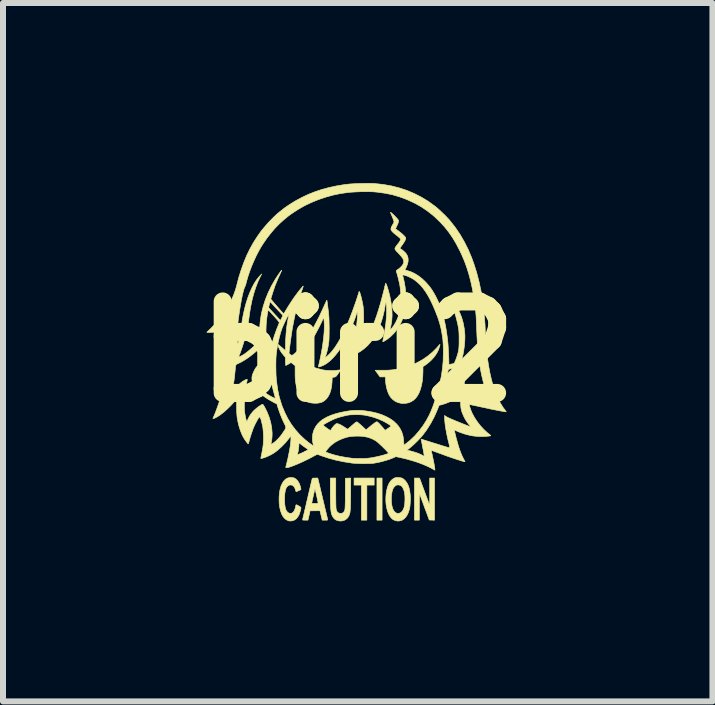
<source format=kicad_pcb>
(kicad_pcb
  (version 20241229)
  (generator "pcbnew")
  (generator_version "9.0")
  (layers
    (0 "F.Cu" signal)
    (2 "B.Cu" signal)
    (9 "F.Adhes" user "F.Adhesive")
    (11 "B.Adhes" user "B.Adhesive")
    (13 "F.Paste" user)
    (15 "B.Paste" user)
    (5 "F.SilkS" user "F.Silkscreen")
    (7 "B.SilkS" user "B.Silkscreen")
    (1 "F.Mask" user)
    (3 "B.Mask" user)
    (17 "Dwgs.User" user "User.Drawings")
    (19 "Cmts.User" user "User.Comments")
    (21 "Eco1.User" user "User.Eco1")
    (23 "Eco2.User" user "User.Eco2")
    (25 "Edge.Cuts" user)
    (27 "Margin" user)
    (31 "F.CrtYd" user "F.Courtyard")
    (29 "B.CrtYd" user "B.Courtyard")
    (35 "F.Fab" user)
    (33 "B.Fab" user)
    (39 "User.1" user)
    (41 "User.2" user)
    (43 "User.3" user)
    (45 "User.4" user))
  (footprint "biri2"
    (layer "F.Cu")
    (at 2.91 2.807)
    (property "Reference" "biri2" (at 0 0 0) (layer "F.SilkS") (effects (font (size 1.524 1.524) (thickness 0.3))))
    (attr through_hole)
    (fp_poly (pts (xy 0.406 2.809) (xy 0.32 2.809) (xy 0.32 2.108) (xy 0.406 2.108) (xy 0.406 2.809)) (stroke (width 0.01) (type solid)) (fill yes) (layer "F.SilkS"))
    (fp_poly (pts (xy 0.274 2.225) (xy 0.152 2.225) (xy 0.152 2.809) (xy 0.061 2.809) (xy 0.061 2.225) (xy -0.061 2.225) (xy -0.061 2.108) (xy 0.274 2.108) (xy 0.274 2.225)) (stroke (width 0.01) (type solid)) (fill yes) (layer "F.SilkS"))
    (fp_poly (pts (xy 1.043 2.142) (xy 1.049 2.159) (xy 1.058 2.183) (xy 1.068 2.211) (xy 1.079 2.241) (xy 1.085 2.256) (xy 1.108 2.319) (xy 1.131 2.381) (xy 1.153 2.44) (xy 1.173 2.494) (xy 1.18 2.515) (xy 1.199 2.563) (xy 1.199 2.336) (xy 1.199 2.108) (xy 1.28 2.108) (xy 1.28 2.81) (xy 1.236 2.808) (xy 1.192 2.807) (xy 1.172 2.753) (xy 1.162 2.725) (xy 1.151 2.695) (xy 1.14 2.666) (xy 1.136 2.654) (xy 1.127 2.632) (xy 1.116 2.603) (xy 1.105 2.572) (xy 1.094 2.542) (xy 1.092 2.537) (xy 1.077 2.495) (xy 1.063 2.458) (xy 1.051 2.425) (xy 1.041 2.4) (xy 1.034 2.382) (xy 1.031 2.375) (xy 1.03 2.377) (xy 1.029 2.389) (xy 1.028 2.41) (xy 1.028 2.44) (xy 1.027 2.477) (xy 1.027 2.521) (xy 1.027 2.572) (xy 1.027 2.587) (xy 1.026 2.809) (xy 0.945 2.809) (xy 0.945 2.108) (xy 1.029 2.108) (xy 1.043 2.142)) (stroke (width 0.01) (type solid)) (fill yes) (layer "F.SilkS"))
    (fp_poly (pts (xy 1.37 -0.114) (xy 1.368 -0.102) (xy 1.364 -0.085) (xy 1.363 -0.083) (xy 1.344 -0.025) (xy 1.315 0.031) (xy 1.277 0.086) (xy 1.238 0.13) (xy 1.215 0.154) (xy 1.188 0.178) (xy 1.16 0.2) (xy 1.134 0.221) (xy 1.111 0.236) (xy 1.101 0.242) (xy 1.087 0.249) (xy 1.087 0.324) (xy 1.084 0.408) (xy 1.077 0.487) (xy 1.064 0.559) (xy 1.046 0.626) (xy 1.024 0.684) (xy 0.997 0.735) (xy 0.966 0.777) (xy 0.93 0.811) (xy 0.888 0.837) (xy 0.842 0.855) (xy 0.792 0.864) (xy 0.74 0.865) (xy 0.724 0.863) (xy 0.672 0.851) (xy 0.626 0.83) (xy 0.586 0.801) (xy 0.55 0.764) (xy 0.53 0.734) (xy 0.512 0.7) (xy 0.496 0.657) (xy 0.482 0.61) (xy 0.472 0.561) (xy 0.465 0.511) (xy 0.462 0.465) (xy 0.462 0.464) (xy 0.462 0.422) (xy 0.372 0.422) (xy 0.357 0.403) (xy 0.346 0.388) (xy 0.336 0.374) (xy 0.334 0.371) (xy 0.326 0.359) (xy 0.315 0.344) (xy 0.308 0.335) (xy 0.291 0.312) (xy 0.411 0.312) (xy 0.458 0.312) (xy 0.498 0.311) (xy 0.533 0.309) (xy 0.566 0.306) (xy 0.599 0.302) (xy 0.636 0.296) (xy 0.678 0.288) (xy 0.688 0.286) (xy 0.791 0.261) (xy 0.891 0.228) (xy 0.987 0.186) (xy 1.078 0.136) (xy 1.163 0.078) (xy 1.242 0.013) (xy 1.314 -0.058) (xy 1.336 -0.084) (xy 1.35 -0.1) (xy 1.361 -0.112) (xy 1.369 -0.119) (xy 1.37 -0.12) (xy 1.37 -0.114)) (stroke (width 0.01) (type solid)) (fill yes) (layer "F.SilkS"))
    (fp_poly (pts (xy -0.118 2.376) (xy -0.119 2.439) (xy -0.119 2.493) (xy -0.12 2.539) (xy -0.121 2.577) (xy -0.122 2.609) (xy -0.124 2.635) (xy -0.126 2.657) (xy -0.128 2.675) (xy -0.131 2.69) (xy -0.135 2.704) (xy -0.139 2.716) (xy -0.144 2.729) (xy -0.147 2.737) (xy -0.166 2.768) (xy -0.191 2.792) (xy -0.222 2.811) (xy -0.257 2.821) (xy -0.293 2.824) (xy -0.33 2.818) (xy -0.333 2.817) (xy -0.361 2.807) (xy -0.382 2.793) (xy -0.4 2.775) (xy -0.403 2.771) (xy -0.414 2.755) (xy -0.423 2.739) (xy -0.431 2.721) (xy -0.438 2.7) (xy -0.443 2.676) (xy -0.447 2.647) (xy -0.451 2.613) (xy -0.453 2.573) (xy -0.455 2.526) (xy -0.456 2.472) (xy -0.457 2.409) (xy -0.457 2.336) (xy -0.457 2.108) (xy -0.366 2.108) (xy -0.366 2.354) (xy -0.366 2.415) (xy -0.365 2.467) (xy -0.365 2.511) (xy -0.364 2.547) (xy -0.363 2.577) (xy -0.362 2.601) (xy -0.36 2.62) (xy -0.357 2.635) (xy -0.354 2.647) (xy -0.35 2.656) (xy -0.346 2.664) (xy -0.343 2.668) (xy -0.326 2.685) (xy -0.304 2.695) (xy -0.281 2.697) (xy -0.259 2.693) (xy -0.239 2.681) (xy -0.224 2.662) (xy -0.223 2.659) (xy -0.22 2.651) (xy -0.217 2.642) (xy -0.214 2.632) (xy -0.212 2.619) (xy -0.211 2.603) (xy -0.21 2.583) (xy -0.209 2.558) (xy -0.208 2.526) (xy -0.207 2.488) (xy -0.207 2.442) (xy -0.207 2.388) (xy -0.207 2.344) (xy -0.206 2.111) (xy -0.161 2.109) (xy -0.116 2.108) (xy -0.118 2.376)) (stroke (width 0.01) (type solid)) (fill yes) (layer "F.SilkS"))
    (fp_poly (pts (xy -1.085 2.1) (xy -1.058 2.107) (xy -1.035 2.12) (xy -1.024 2.129) (xy -0.995 2.161) (xy -0.972 2.202) (xy -0.955 2.25) (xy -0.948 2.282) (xy -0.946 2.295) (xy -0.949 2.302) (xy -0.958 2.307) (xy -0.959 2.307) (xy -0.971 2.313) (xy -0.989 2.32) (xy -1 2.325) (xy -1.027 2.336) (xy -1.031 2.325) (xy -1.035 2.313) (xy -1.04 2.297) (xy -1.041 2.293) (xy -1.053 2.263) (xy -1.07 2.241) (xy -1.091 2.228) (xy -1.113 2.222) (xy -1.137 2.225) (xy -1.16 2.236) (xy -1.18 2.256) (xy -1.194 2.279) (xy -1.203 2.304) (xy -1.21 2.338) (xy -1.216 2.378) (xy -1.218 2.421) (xy -1.219 2.466) (xy -1.218 2.51) (xy -1.215 2.552) (xy -1.209 2.59) (xy -1.202 2.622) (xy -1.194 2.641) (xy -1.177 2.668) (xy -1.156 2.686) (xy -1.135 2.696) (xy -1.112 2.697) (xy -1.091 2.689) (xy -1.073 2.674) (xy -1.057 2.65) (xy -1.044 2.619) (xy -1.035 2.585) (xy -1.033 2.576) (xy -1.031 2.563) (xy -1.028 2.555) (xy -1.023 2.553) (xy -1.013 2.556) (xy -0.998 2.563) (xy -0.978 2.575) (xy -0.961 2.585) (xy -0.95 2.595) (xy -0.945 2.601) (xy -0.945 2.602) (xy -0.946 2.61) (xy -0.949 2.625) (xy -0.954 2.646) (xy -0.957 2.659) (xy -0.973 2.709) (xy -0.994 2.749) (xy -1.02 2.782) (xy -1.05 2.805) (xy -1.07 2.814) (xy -1.102 2.822) (xy -1.133 2.823) (xy -1.153 2.82) (xy -1.188 2.804) (xy -1.218 2.781) (xy -1.245 2.748) (xy -1.267 2.708) (xy -1.285 2.658) (xy -1.299 2.599) (xy -1.303 2.576) (xy -1.308 2.532) (xy -1.31 2.482) (xy -1.31 2.428) (xy -1.306 2.375) (xy -1.3 2.326) (xy -1.293 2.294) (xy -1.278 2.24) (xy -1.257 2.195) (xy -1.233 2.158) (xy -1.205 2.129) (xy -1.174 2.11) (xy -1.139 2.1) (xy -1.118 2.098) (xy -1.085 2.1)) (stroke (width 0.01) (type solid)) (fill yes) (layer "F.SilkS"))
    (fp_poly (pts (xy 0.68 2.099) (xy 0.712 2.102) (xy 0.738 2.109) (xy 0.76 2.122) (xy 0.782 2.141) (xy 0.791 2.15) (xy 0.817 2.184) (xy 0.838 2.223) (xy 0.854 2.267) (xy 0.866 2.319) (xy 0.874 2.379) (xy 0.875 2.388) (xy 0.877 2.435) (xy 0.877 2.485) (xy 0.874 2.534) (xy 0.87 2.58) (xy 0.863 2.62) (xy 0.86 2.631) (xy 0.845 2.679) (xy 0.825 2.722) (xy 0.801 2.758) (xy 0.773 2.787) (xy 0.743 2.808) (xy 0.73 2.813) (xy 0.698 2.822) (xy 0.665 2.824) (xy 0.636 2.819) (xy 0.63 2.817) (xy 0.608 2.809) (xy 0.592 2.801) (xy 0.58 2.793) (xy 0.568 2.783) (xy 0.56 2.775) (xy 0.534 2.742) (xy 0.512 2.701) (xy 0.495 2.653) (xy 0.481 2.6) (xy 0.472 2.543) (xy 0.468 2.483) (xy 0.469 2.436) (xy 0.56 2.436) (xy 0.56 2.487) (xy 0.564 2.537) (xy 0.573 2.583) (xy 0.585 2.622) (xy 0.587 2.626) (xy 0.605 2.658) (xy 0.626 2.68) (xy 0.65 2.694) (xy 0.675 2.697) (xy 0.701 2.691) (xy 0.714 2.685) (xy 0.736 2.667) (xy 0.754 2.642) (xy 0.769 2.607) (xy 0.773 2.594) (xy 0.778 2.572) (xy 0.783 2.542) (xy 0.785 2.507) (xy 0.787 2.469) (xy 0.787 2.431) (xy 0.785 2.396) (xy 0.782 2.365) (xy 0.776 2.334) (xy 0.766 2.303) (xy 0.753 2.275) (xy 0.74 2.253) (xy 0.728 2.24) (xy 0.705 2.228) (xy 0.68 2.222) (xy 0.658 2.222) (xy 0.638 2.23) (xy 0.617 2.246) (xy 0.599 2.267) (xy 0.586 2.29) (xy 0.585 2.293) (xy 0.572 2.336) (xy 0.564 2.385) (xy 0.56 2.436) (xy 0.469 2.436) (xy 0.469 2.422) (xy 0.474 2.361) (xy 0.485 2.302) (xy 0.5 2.247) (xy 0.52 2.2) (xy 0.545 2.161) (xy 0.574 2.131) (xy 0.609 2.109) (xy 0.613 2.107) (xy 0.627 2.102) (xy 0.642 2.099) (xy 0.66 2.098) (xy 0.68 2.099)) (stroke (width 0.01) (type solid)) (fill yes) (layer "F.SilkS"))
    (fp_poly (pts (xy -0.66 2.128) (xy -0.658 2.14) (xy -0.653 2.159) (xy -0.647 2.184) (xy -0.64 2.213) (xy -0.635 2.234) (xy -0.626 2.271) (xy -0.616 2.313) (xy -0.606 2.356) (xy -0.597 2.395) (xy -0.594 2.405) (xy -0.586 2.441) (xy -0.576 2.482) (xy -0.567 2.521) (xy -0.558 2.557) (xy -0.556 2.568) (xy -0.549 2.596) (xy -0.543 2.621) (xy -0.538 2.642) (xy -0.535 2.656) (xy -0.534 2.659) (xy -0.531 2.67) (xy -0.526 2.689) (xy -0.521 2.712) (xy -0.516 2.733) (xy -0.51 2.757) (xy -0.506 2.778) (xy -0.502 2.793) (xy -0.5 2.8) (xy -0.5 2.805) (xy -0.503 2.807) (xy -0.511 2.809) (xy -0.527 2.809) (xy -0.545 2.809) (xy -0.592 2.809) (xy -0.606 2.75) (xy -0.612 2.724) (xy -0.618 2.701) (xy -0.622 2.681) (xy -0.625 2.671) (xy -0.63 2.652) (xy -0.713 2.653) (xy -0.795 2.654) (xy -0.799 2.675) (xy -0.801 2.688) (xy -0.806 2.708) (xy -0.811 2.732) (xy -0.816 2.752) (xy -0.829 2.809) (xy -0.874 2.809) (xy -0.894 2.809) (xy -0.91 2.808) (xy -0.918 2.806) (xy -0.919 2.806) (xy -0.918 2.8) (xy -0.915 2.786) (xy -0.911 2.765) (xy -0.905 2.74) (xy -0.899 2.716) (xy -0.89 2.678) (xy -0.881 2.639) (xy -0.871 2.597) (xy -0.86 2.55) (xy -0.854 2.523) (xy -0.765 2.523) (xy -0.764 2.527) (xy -0.758 2.529) (xy -0.747 2.53) (xy -0.728 2.53) (xy -0.714 2.53) (xy -0.69 2.53) (xy -0.674 2.529) (xy -0.665 2.527) (xy -0.661 2.524) (xy -0.66 2.522) (xy -0.661 2.515) (xy -0.664 2.5) (xy -0.669 2.479) (xy -0.674 2.453) (xy -0.68 2.424) (xy -0.687 2.394) (xy -0.693 2.365) (xy -0.699 2.339) (xy -0.704 2.317) (xy -0.708 2.301) (xy -0.71 2.294) (xy -0.711 2.291) (xy -0.712 2.292) (xy -0.714 2.296) (xy -0.717 2.304) (xy -0.72 2.318) (xy -0.725 2.338) (xy -0.731 2.365) (xy -0.739 2.401) (xy -0.749 2.445) (xy -0.749 2.446) (xy -0.754 2.471) (xy -0.759 2.493) (xy -0.763 2.509) (xy -0.765 2.518) (xy -0.765 2.523) (xy -0.854 2.523) (xy -0.848 2.498) (xy -0.834 2.438) (xy -0.819 2.371) (xy -0.815 2.357) (xy -0.806 2.316) (xy -0.796 2.275) (xy -0.787 2.236) (xy -0.779 2.201) (xy -0.771 2.169) (xy -0.765 2.144) (xy -0.761 2.126) (xy -0.759 2.117) (xy -0.756 2.113) (xy -0.75 2.11) (xy -0.739 2.109) (xy -0.72 2.108) (xy -0.711 2.108) (xy -0.666 2.108) (xy -0.66 2.128)) (stroke (width 0.01) (type solid)) (fill yes) (layer "F.SilkS"))
    (fp_poly (pts (xy 0.239 -2.801) (xy 0.277 -2.8) (xy 0.284 -2.799) (xy 0.423 -2.784) (xy 0.559 -2.76) (xy 0.69 -2.727) (xy 0.818 -2.685) (xy 0.941 -2.633) (xy 1.059 -2.573) (xy 1.173 -2.504) (xy 1.281 -2.426) (xy 1.316 -2.398) (xy 1.346 -2.372) (xy 1.38 -2.341) (xy 1.417 -2.305) (xy 1.455 -2.269) (xy 1.49 -2.232) (xy 1.521 -2.199) (xy 1.542 -2.174) (xy 1.627 -2.066) (xy 1.705 -1.951) (xy 1.775 -1.83) (xy 1.84 -1.701) (xy 1.898 -1.564) (xy 1.933 -1.468) (xy 1.982 -1.315) (xy 2.023 -1.155) (xy 2.058 -0.988) (xy 2.086 -0.814) (xy 2.107 -0.634) (xy 2.121 -0.448) (xy 2.126 -0.323) (xy 2.131 -0.208) (xy 2.139 -0.092) (xy 2.151 0.023) (xy 2.165 0.137) (xy 2.182 0.246) (xy 2.201 0.35) (xy 2.223 0.447) (xy 2.238 0.505) (xy 2.269 0.608) (xy 2.302 0.702) (xy 2.339 0.787) (xy 2.379 0.863) (xy 2.422 0.932) (xy 2.45 0.968) (xy 2.461 0.984) (xy 2.47 0.996) (xy 2.474 1.002) (xy 2.474 1.003) (xy 2.473 1.004) (xy 2.471 1.005) (xy 2.465 1.004) (xy 2.456 1.003) (xy 2.441 1.001) (xy 2.42 0.997) (xy 2.391 0.992) (xy 2.354 0.985) (xy 2.342 0.982) (xy 2.316 0.978) (xy 2.292 0.973) (xy 2.268 0.968) (xy 2.243 0.963) (xy 2.216 0.958) (xy 2.184 0.951) (xy 2.149 0.943) (xy 2.107 0.934) (xy 2.058 0.924) (xy 2.001 0.911) (xy 1.98 0.907) (xy 1.942 0.899) (xy 1.914 0.893) (xy 1.892 0.888) (xy 1.877 0.886) (xy 1.868 0.885) (xy 1.862 0.885) (xy 1.86 0.887) (xy 1.859 0.89) (xy 1.859 0.89) (xy 1.861 0.9) (xy 1.866 0.918) (xy 1.873 0.941) (xy 1.882 0.966) (xy 1.891 0.991) (xy 1.901 1.014) (xy 1.906 1.026) (xy 1.944 1.097) (xy 1.99 1.167) (xy 2.042 1.234) (xy 2.099 1.296) (xy 2.158 1.351) (xy 2.196 1.381) (xy 2.208 1.391) (xy 2.216 1.399) (xy 2.216 1.402) (xy 2.209 1.405) (xy 2.193 1.408) (xy 2.171 1.41) (xy 2.144 1.413) (xy 2.115 1.414) (xy 2.085 1.416) (xy 2.056 1.416) (xy 2.03 1.416) (xy 2.021 1.415) (xy 1.976 1.412) (xy 1.936 1.408) (xy 1.897 1.402) (xy 1.856 1.393) (xy 1.826 1.386) (xy 1.795 1.378) (xy 1.762 1.367) (xy 1.727 1.355) (xy 1.694 1.343) (xy 1.665 1.331) (xy 1.642 1.321) (xy 1.632 1.315) (xy 1.62 1.309) (xy 1.613 1.307) (xy 1.612 1.308) (xy 1.611 1.314) (xy 1.614 1.329) (xy 1.618 1.35) (xy 1.625 1.378) (xy 1.633 1.411) (xy 1.642 1.447) (xy 1.653 1.486) (xy 1.664 1.525) (xy 1.665 1.529) (xy 1.684 1.594) (xy 1.704 1.651) (xy 1.723 1.701) (xy 1.743 1.748) (xy 1.758 1.777) (xy 1.788 1.835) (xy 1.766 1.832) (xy 1.756 1.829) (xy 1.737 1.824) (xy 1.711 1.816) (xy 1.68 1.806) (xy 1.645 1.795) (xy 1.608 1.783) (xy 1.57 1.77) (xy 1.532 1.757) (xy 1.497 1.745) (xy 1.464 1.733) (xy 1.448 1.727) (xy 1.424 1.718) (xy 1.394 1.707) (xy 1.36 1.695) (xy 1.327 1.682) (xy 1.311 1.677) (xy 1.284 1.667) (xy 1.26 1.658) (xy 1.242 1.652) (xy 1.23 1.648) (xy 1.226 1.647) (xy 1.227 1.653) (xy 1.229 1.666) (xy 1.233 1.686) (xy 1.239 1.711) (xy 1.244 1.735) (xy 1.252 1.773) (xy 1.26 1.81) (xy 1.267 1.847) (xy 1.274 1.882) (xy 1.279 1.913) (xy 1.283 1.939) (xy 1.285 1.959) (xy 1.286 1.972) (xy 1.285 1.976) (xy 1.28 1.973) (xy 1.268 1.967) (xy 1.251 1.958) (xy 1.232 1.947) (xy 1.162 1.912) (xy 1.083 1.878) (xy 0.997 1.846) (xy 0.905 1.817) (xy 0.809 1.79) (xy 0.712 1.767) (xy 0.635 1.751) (xy 0.611 1.762) (xy 0.574 1.778) (xy 0.53 1.795) (xy 0.48 1.811) (xy 0.428 1.826) (xy 0.375 1.84) (xy 0.324 1.851) (xy 0.278 1.859) (xy 0.274 1.86) (xy 0.246 1.863) (xy 0.21 1.865) (xy 0.168 1.866) (xy 0.122 1.867) (xy 0.075 1.867) (xy 0.027 1.866) (xy -0.017 1.864) (xy -0.057 1.862) (xy -0.091 1.859) (xy -0.099 1.858) (xy -0.238 1.836) (xy -0.37 1.808) (xy -0.494 1.774) (xy -0.614 1.734) (xy -0.658 1.717) (xy -0.665 1.715) (xy -0.672 1.715) (xy -0.681 1.717) (xy -0.694 1.722) (xy -0.712 1.732) (xy -0.732 1.742) (xy -0.785 1.771) (xy -0.838 1.798) (xy -0.89 1.823) (xy -0.941 1.847) (xy -0.989 1.868) (xy -1.035 1.887) (xy -1.076 1.904) (xy -1.112 1.917) (xy -1.143 1.927) (xy -1.168 1.933) (xy -1.186 1.935) (xy -1.197 1.933) (xy -1.199 1.929) (xy -1.198 1.922) (xy -1.194 1.907) (xy -1.189 1.888) (xy -1.186 1.877) (xy -1.179 1.846) (xy -1.17 1.809) (xy -1.16 1.766) (xy -1.151 1.721) (xy -1.151 1.719) (xy -1.011 1.719) (xy -1.007 1.719) (xy -0.995 1.716) (xy -0.977 1.709) (xy -0.954 1.699) (xy -0.928 1.688) (xy -0.9 1.675) (xy -0.892 1.67) (xy -0.533 1.67) (xy -0.529 1.675) (xy -0.516 1.681) (xy -0.495 1.689) (xy -0.469 1.698) (xy -0.439 1.708) (xy -0.406 1.718) (xy -0.372 1.727) (xy -0.337 1.736) (xy -0.304 1.744) (xy -0.277 1.749) (xy -0.239 1.756) (xy -0.199 1.763) (xy -0.159 1.769) (xy -0.123 1.774) (xy -0.093 1.778) (xy -0.076 1.78) (xy -0.044 1.781) (xy -0.007 1.782) (xy 0.035 1.782) (xy 0.077 1.782) (xy 0.117 1.781) (xy 0.154 1.779) (xy 0.183 1.776) (xy 0.191 1.775) (xy 0.227 1.77) (xy 0.265 1.763) (xy 0.305 1.755) (xy 0.345 1.747) (xy 0.383 1.737) (xy 0.419 1.728) (xy 0.45 1.719) (xy 0.477 1.71) (xy 0.497 1.703) (xy 0.509 1.696) (xy 0.512 1.693) (xy 0.509 1.687) (xy 0.5 1.676) (xy 0.485 1.66) (xy 0.467 1.64) (xy 0.445 1.618) (xy 0.422 1.595) (xy 0.397 1.571) (xy 0.373 1.549) (xy 0.351 1.528) (xy 0.331 1.511) (xy 0.315 1.498) (xy 0.306 1.491) (xy 0.26 1.464) (xy 0.214 1.444) (xy 0.167 1.428) (xy 0.115 1.418) (xy 0.062 1.411) (xy 0.011 1.409) (xy -0.043 1.41) (xy -0.096 1.413) (xy -0.145 1.42) (xy -0.17 1.425) (xy -0.244 1.447) (xy -0.314 1.477) (xy -0.379 1.513) (xy -0.437 1.557) (xy -0.462 1.58) (xy -0.477 1.596) (xy -0.494 1.615) (xy -0.509 1.633) (xy -0.522 1.65) (xy -0.53 1.663) (xy -0.533 1.67) (xy -0.892 1.67) (xy -0.889 1.669) (xy -0.867 1.658) (xy -0.848 1.648) (xy -0.834 1.641) (xy -0.827 1.637) (xy -0.827 1.636) (xy -0.829 1.632) (xy -0.838 1.624) (xy -0.853 1.613) (xy -0.863 1.606) (xy -0.887 1.59) (xy -0.912 1.572) (xy -0.934 1.555) (xy -0.938 1.552) (xy -0.954 1.539) (xy -0.967 1.53) (xy -0.975 1.525) (xy -0.977 1.524) (xy -0.979 1.529) (xy -0.98 1.541) (xy -0.98 1.556) (xy -0.981 1.579) (xy -0.984 1.606) (xy -0.988 1.634) (xy -0.992 1.661) (xy -0.997 1.683) (xy -1.002 1.699) (xy -1.003 1.702) (xy -1.008 1.713) (xy -1.011 1.719) (xy -1.011 1.719) (xy -1.151 1.719) (xy -1.142 1.676) (xy -1.134 1.633) (xy -1.127 1.593) (xy -1.122 1.56) (xy -1.12 1.544) (xy -1.117 1.512) (xy -1.114 1.481) (xy -1.113 1.455) (xy -1.113 1.434) (xy -1.114 1.419) (xy -1.116 1.413) (xy -1.116 1.413) (xy -1.121 1.416) (xy -1.13 1.427) (xy -1.142 1.442) (xy -1.149 1.452) (xy -1.205 1.52) (xy -1.268 1.585) (xy -1.336 1.646) (xy -1.374 1.675) (xy -1.406 1.697) (xy -1.443 1.718) (xy -1.483 1.738) (xy -1.524 1.756) (xy -1.562 1.77) (xy -1.594 1.779) (xy -1.6 1.78) (xy -1.611 1.781) (xy -1.615 1.779) (xy -1.614 1.772) (xy -1.604 1.723) (xy -1.594 1.674) (xy -1.586 1.628) (xy -1.579 1.586) (xy -1.575 1.552) (xy -1.574 1.547) (xy -1.572 1.507) (xy -1.57 1.462) (xy -1.57 1.414) (xy -1.572 1.366) (xy -1.575 1.321) (xy -1.579 1.28) (xy -1.584 1.246) (xy -1.585 1.242) (xy -1.596 1.195) (xy -1.605 1.157) (xy -1.614 1.126) (xy -1.623 1.105) (xy -1.63 1.092) (xy -1.635 1.09) (xy -1.636 1.09) (xy -1.645 1.099) (xy -1.657 1.115) (xy -1.671 1.138) (xy -1.686 1.166) (xy -1.702 1.196) (xy -1.718 1.229) (xy -1.733 1.261) (xy -1.744 1.288) (xy -1.753 1.314) (xy -1.764 1.346) (xy -1.776 1.381) (xy -1.787 1.416) (xy -1.798 1.451) (xy -1.806 1.481) (xy -1.813 1.505) (xy -1.814 1.51) (xy -1.818 1.526) (xy -1.822 1.536) (xy -1.825 1.539) (xy -1.83 1.535) (xy -1.839 1.524) (xy -1.851 1.509) (xy -1.865 1.49) (xy -1.88 1.469) (xy -1.893 1.449) (xy -1.904 1.43) (xy -1.907 1.426) (xy -1.932 1.375) (xy -1.955 1.316) (xy -1.976 1.252) (xy -1.993 1.184) (xy -2.006 1.116) (xy -2.01 1.092) (xy -2.013 1.056) (xy -2.016 1.013) (xy -2.018 0.963) (xy -2.018 0.91) (xy -2.018 0.877) (xy -2.018 0.847) (xy -2.018 0.823) (xy -2.019 0.805) (xy -2.019 0.795) (xy -2.019 0.794) (xy -2.023 0.798) (xy -2.032 0.808) (xy -2.044 0.823) (xy -2.06 0.841) (xy -2.115 0.901) (xy -2.172 0.957) (xy -2.228 1.007) (xy -2.283 1.05) (xy -2.309 1.068) (xy -2.334 1.084) (xy -2.358 1.097) (xy -2.379 1.108) (xy -2.397 1.115) (xy -2.408 1.117) (xy -2.413 1.115) (xy -2.413 1.115) (xy -2.411 1.109) (xy -2.406 1.098) (xy -2.403 1.093) (xy -2.394 1.073) (xy -2.383 1.045) (xy -2.369 1.011) (xy -2.354 0.971) (xy -2.339 0.928) (xy -2.323 0.884) (xy -2.308 0.84) (xy -2.295 0.798) (xy -2.284 0.765) (xy -2.256 0.663) (xy -2.101 0.663) (xy -2.099 0.663) (xy -2.091 0.656) (xy -2.078 0.644) (xy -2.061 0.627) (xy -2.043 0.609) (xy -1.998 0.564) (xy -1.956 0.527) (xy -1.92 0.499) (xy -1.887 0.479) (xy -1.879 0.475) (xy -1.859 0.467) (xy -1.847 0.463) (xy -1.841 0.464) (xy -1.84 0.471) (xy -1.841 0.476) (xy -1.844 0.489) (xy -1.848 0.511) (xy -1.853 0.538) (xy -1.858 0.57) (xy -1.863 0.603) (xy -1.869 0.637) (xy -1.873 0.668) (xy -1.877 0.696) (xy -1.877 0.696) (xy -1.882 0.739) (xy -1.885 0.786) (xy -1.887 0.836) (xy -1.889 0.885) (xy -1.889 0.931) (xy -1.887 0.972) (xy -1.885 0.998) (xy -1.882 1.022) (xy -1.878 1.049) (xy -1.873 1.077) (xy -1.867 1.105) (xy -1.861 1.129) (xy -1.856 1.148) (xy -1.852 1.161) (xy -1.849 1.166) (xy -1.846 1.162) (xy -1.84 1.152) (xy -1.833 1.136) (xy -1.831 1.132) (xy -1.81 1.089) (xy -1.782 1.044) (xy -1.747 1.001) (xy -1.727 0.98) (xy -1.708 0.963) (xy -1.687 0.945) (xy -1.664 0.927) (xy -1.641 0.91) (xy -1.619 0.896) (xy -1.601 0.885) (xy -1.589 0.88) (xy -1.585 0.879) (xy -1.578 0.883) (xy -1.568 0.897) (xy -1.555 0.919) (xy -1.55 0.926) (xy -1.508 1.011) (xy -1.474 1.098) (xy -1.449 1.185) (xy -1.433 1.272) (xy -1.426 1.356) (xy -1.426 1.367) (xy -1.427 1.412) (xy -1.431 1.457) (xy -1.437 1.499) (xy -1.445 1.534) (xy -1.446 1.535) (xy -1.447 1.542) (xy -1.444 1.544) (xy -1.435 1.54) (xy -1.423 1.535) (xy -1.393 1.515) (xy -1.361 1.488) (xy -1.327 1.454) (xy -1.292 1.415) (xy -1.259 1.371) (xy -1.242 1.345) (xy -1.224 1.319) (xy -1.211 1.299) (xy -1.203 1.283) (xy -1.199 1.27) (xy -1.2 1.256) (xy -1.204 1.24) (xy -1.213 1.22) (xy -1.226 1.194) (xy -1.233 1.179) (xy -1.259 1.122) (xy -1.284 1.061) (xy -1.307 0.999) (xy -1.327 0.94) (xy -1.336 0.911) (xy -1.346 0.875) (xy -1.415 0.839) (xy -1.456 0.815) (xy -1.367 0.815) (xy -1.364 0.818) (xy -1.361 0.815) (xy -1.364 0.813) (xy -1.367 0.815) (xy -1.456 0.815) (xy -1.488 0.797) (xy -1.492 0.795) (xy -1.371 0.795) (xy -1.37 0.801) (xy -1.369 0.801) (xy -1.367 0.794) (xy -1.368 0.792) (xy -1.37 0.79) (xy -1.371 0.795) (xy -1.492 0.795) (xy -1.554 0.754) (xy -1.611 0.71) (xy -1.659 0.665) (xy -1.699 0.618) (xy -1.729 0.572) (xy -1.75 0.525) (xy -1.761 0.479) (xy -1.763 0.45) (xy -1.762 0.428) (xy -1.761 0.421) (xy -1.683 0.421) (xy -1.678 0.476) (xy -1.664 0.528) (xy -1.64 0.577) (xy -1.606 0.624) (xy -1.563 0.668) (xy -1.51 0.709) (xy -1.471 0.734) (xy -1.451 0.745) (xy -1.43 0.756) (xy -1.409 0.766) (xy -1.391 0.774) (xy -1.379 0.779) (xy -1.373 0.78) (xy -1.372 0.78) (xy -1.373 0.775) (xy -1.376 0.762) (xy -1.381 0.743) (xy -1.386 0.723) (xy -1.403 0.662) (xy -1.417 0.61) (xy -1.429 0.564) (xy -1.438 0.524) (xy -1.446 0.488) (xy -1.453 0.455) (xy -1.458 0.424) (xy -1.463 0.392) (xy -1.467 0.359) (xy -1.469 0.343) (xy -1.471 0.32) (xy -1.473 0.301) (xy -1.475 0.288) (xy -1.477 0.283) (xy -1.483 0.279) (xy -1.496 0.275) (xy -1.513 0.27) (xy -1.53 0.266) (xy -1.544 0.264) (xy -1.547 0.264) (xy -1.58 0.269) (xy -1.612 0.283) (xy -1.638 0.303) (xy -1.658 0.325) (xy -1.671 0.346) (xy -1.678 0.369) (xy -1.682 0.398) (xy -1.683 0.421) (xy -1.761 0.421) (xy -1.759 0.407) (xy -1.754 0.386) (xy -1.745 0.363) (xy -1.733 0.336) (xy -1.717 0.303) (xy -1.704 0.28) (xy -1.684 0.253) (xy -1.364 0.253) (xy -1.363 0.302) (xy -1.362 0.35) (xy -1.361 0.394) (xy -1.358 0.433) (xy -1.356 0.464) (xy -1.355 0.472) (xy -1.348 0.527) (xy -1.342 0.573) (xy -1.336 0.612) (xy -1.331 0.645) (xy -1.325 0.675) (xy -1.32 0.702) (xy -1.314 0.729) (xy -1.307 0.756) (xy -1.299 0.785) (xy -1.297 0.791) (xy -1.261 0.906) (xy -1.216 1.014) (xy -1.164 1.118) (xy -1.104 1.215) (xy -1.036 1.305) (xy -0.962 1.389) (xy -0.881 1.465) (xy -0.862 1.48) (xy -0.836 1.502) (xy -0.811 1.521) (xy -0.787 1.539) (xy -0.767 1.553) (xy -0.751 1.563) (xy -0.74 1.569) (xy -0.737 1.569) (xy -0.737 1.568) (xy -0.738 1.563) (xy -0.741 1.551) (xy -0.744 1.539) (xy -0.754 1.484) (xy -0.755 1.426) (xy -0.748 1.368) (xy -0.732 1.314) (xy -0.729 1.307) (xy -0.704 1.256) (xy -0.68 1.223) (xy -0.574 1.223) (xy -0.572 1.228) (xy -0.564 1.237) (xy -0.55 1.249) (xy -0.532 1.263) (xy -0.512 1.278) (xy -0.493 1.291) (xy -0.476 1.302) (xy -0.463 1.31) (xy -0.455 1.315) (xy -0.454 1.316) (xy -0.451 1.312) (xy -0.444 1.301) (xy -0.434 1.286) (xy -0.432 1.282) (xy -0.412 1.255) (xy -0.393 1.232) (xy -0.375 1.215) (xy -0.359 1.203) (xy -0.353 1.201) (xy -0.337 1.201) (xy -0.315 1.208) (xy -0.287 1.22) (xy -0.254 1.239) (xy -0.217 1.262) (xy -0.179 1.288) (xy -0.175 1.291) (xy -0.17 1.292) (xy -0.164 1.289) (xy -0.156 1.284) (xy -0.143 1.273) (xy -0.125 1.258) (xy -0.107 1.241) (xy -0.079 1.217) (xy -0.058 1.199) (xy -0.042 1.186) (xy -0.031 1.178) (xy -0.022 1.173) (xy -0.016 1.172) (xy -0.01 1.173) (xy -0.008 1.175) (xy 0.002 1.181) (xy 0.017 1.194) (xy 0.039 1.213) (xy 0.065 1.236) (xy 0.095 1.264) (xy 0.106 1.274) (xy 0.139 1.305) (xy 0.16 1.287) (xy 0.184 1.267) (xy 0.21 1.245) (xy 0.236 1.224) (xy 0.26 1.206) (xy 0.28 1.191) (xy 0.293 1.181) (xy 0.293 1.181) (xy 0.308 1.173) (xy 0.317 1.17) (xy 0.326 1.172) (xy 0.327 1.172) (xy 0.335 1.178) (xy 0.348 1.191) (xy 0.366 1.208) (xy 0.385 1.23) (xy 0.406 1.253) (xy 0.427 1.278) (xy 0.438 1.29) (xy 0.456 1.313) (xy 0.505 1.28) (xy 0.524 1.267) (xy 0.54 1.255) (xy 0.55 1.246) (xy 0.554 1.241) (xy 0.549 1.236) (xy 0.538 1.227) (xy 0.521 1.215) (xy 0.499 1.201) (xy 0.475 1.187) (xy 0.45 1.173) (xy 0.426 1.16) (xy 0.424 1.159) (xy 0.349 1.126) (xy 0.27 1.097) (xy 0.188 1.075) (xy 0.109 1.059) (xy 0.109 1.059) (xy 0.079 1.056) (xy 0.042 1.053) (xy 0.000146 1.052) (xy -0.042 1.052) (xy -0.083 1.053) (xy -0.12 1.054) (xy -0.146 1.057) (xy -0.178 1.062) (xy -0.216 1.071) (xy -0.257 1.081) (xy -0.298 1.092) (xy -0.336 1.104) (xy -0.367 1.115) (xy -0.369 1.116) (xy -0.397 1.127) (xy -0.427 1.141) (xy -0.459 1.157) (xy -0.491 1.173) (xy -0.52 1.189) (xy -0.545 1.203) (xy -0.564 1.215) (xy -0.574 1.223) (xy -0.68 1.223) (xy -0.67 1.209) (xy -0.628 1.166) (xy -0.577 1.128) (xy -0.518 1.094) (xy -0.451 1.064) (xy -0.374 1.038) (xy -0.289 1.015) (xy -0.194 0.997) (xy -0.132 0.987) (xy -0.071 0.981) (xy -0.009 0.979) (xy 0.054 0.981) (xy 0.122 0.988) (xy 0.196 0.999) (xy 0.248 1.009) (xy 0.328 1.028) (xy 0.403 1.053) (xy 0.472 1.083) (xy 0.536 1.117) (xy 0.592 1.155) (xy 0.639 1.198) (xy 0.67 1.232) (xy 0.706 1.284) (xy 0.733 1.338) (xy 0.752 1.396) (xy 0.763 1.459) (xy 0.766 1.497) (xy 0.77 1.56) (xy 0.793 1.543) (xy 0.872 1.48) (xy 0.948 1.408) (xy 1.018 1.328) (xy 1.084 1.241) (xy 1.143 1.149) (xy 1.191 1.06) (xy 1.204 1.031) (xy 1.219 0.998) (xy 1.233 0.964) (xy 1.247 0.929) (xy 1.259 0.896) (xy 1.269 0.868) (xy 1.276 0.846) (xy 1.278 0.838) (xy 1.281 0.825) (xy 1.285 0.816) (xy 1.285 0.815) (xy 1.285 0.815) (xy 1.384 0.815) (xy 1.386 0.817) (xy 1.389 0.818) (xy 1.394 0.818) (xy 1.405 0.816) (xy 1.422 0.813) (xy 1.441 0.807) (xy 1.501 0.784) (xy 1.553 0.755) (xy 1.597 0.719) (xy 1.634 0.677) (xy 1.662 0.63) (xy 1.682 0.578) (xy 1.693 0.522) (xy 1.695 0.462) (xy 1.692 0.431) (xy 1.687 0.395) (xy 1.681 0.367) (xy 1.674 0.346) (xy 1.666 0.33) (xy 1.654 0.316) (xy 1.652 0.314) (xy 1.639 0.302) (xy 1.627 0.293) (xy 1.622 0.29) (xy 1.608 0.286) (xy 1.587 0.285) (xy 1.564 0.285) (xy 1.543 0.289) (xy 1.53 0.292) (xy 1.511 0.3) (xy 1.484 0.415) (xy 1.469 0.481) (xy 1.455 0.542) (xy 1.44 0.601) (xy 1.424 0.662) (xy 1.406 0.726) (xy 1.397 0.759) (xy 1.391 0.782) (xy 1.386 0.798) (xy 1.384 0.809) (xy 1.384 0.815) (xy 1.285 0.815) (xy 1.291 0.805) (xy 1.298 0.785) (xy 1.307 0.759) (xy 1.317 0.726) (xy 1.328 0.69) (xy 1.339 0.65) (xy 1.35 0.609) (xy 1.36 0.567) (xy 1.37 0.526) (xy 1.371 0.52) (xy 1.395 0.398) (xy 1.412 0.279) (xy 1.423 0.161) (xy 1.426 0.038) (xy 1.426 -0.028) (xy 1.425 -0.075) (xy 1.424 -0.114) (xy 1.422 -0.147) (xy 1.42 -0.176) (xy 1.418 -0.203) (xy 1.414 -0.231) (xy 1.41 -0.258) (xy 1.398 -0.333) (xy 1.384 -0.401) (xy 1.367 -0.464) (xy 1.348 -0.527) (xy 1.331 -0.577) (xy 1.291 -0.68) (xy 1.251 -0.773) (xy 1.211 -0.857) (xy 1.17 -0.933) (xy 1.128 -1) (xy 1.085 -1.059) (xy 1.04 -1.111) (xy 0.993 -1.155) (xy 0.944 -1.194) (xy 0.938 -1.199) (xy 0.912 -1.214) (xy 0.883 -1.23) (xy 0.852 -1.245) (xy 0.822 -1.258) (xy 0.794 -1.267) (xy 0.77 -1.274) (xy 0.757 -1.275) (xy 0.749 -1.273) (xy 0.749 -1.266) (xy 0.759 -1.231) (xy 0.769 -1.189) (xy 0.778 -1.144) (xy 0.786 -1.099) (xy 0.788 -1.086) (xy 0.792 -1.06) (xy 0.795 -1.037) (xy 0.797 -1.012) (xy 0.798 -0.986) (xy 0.799 -0.954) (xy 0.8 -0.917) (xy 0.8 -0.881) (xy 0.8 -0.839) (xy 0.8 -0.805) (xy 0.799 -0.778) (xy 0.798 -0.756) (xy 0.796 -0.736) (xy 0.794 -0.717) (xy 0.79 -0.698) (xy 0.788 -0.688) (xy 0.767 -0.6) (xy 0.738 -0.517) (xy 0.701 -0.44) (xy 0.656 -0.369) (xy 0.604 -0.304) (xy 0.546 -0.247) (xy 0.495 -0.207) (xy 0.471 -0.191) (xy 0.45 -0.178) (xy 0.433 -0.169) (xy 0.422 -0.164) (xy 0.418 -0.164) (xy 0.418 -0.17) (xy 0.42 -0.184) (xy 0.424 -0.205) (xy 0.428 -0.231) (xy 0.434 -0.262) (xy 0.436 -0.273) (xy 0.454 -0.373) (xy 0.468 -0.466) (xy 0.476 -0.554) (xy 0.481 -0.635) (xy 0.482 -0.672) (xy 0.481 -0.708) (xy 0.48 -0.741) (xy 0.478 -0.771) (xy 0.475 -0.795) (xy 0.472 -0.812) (xy 0.468 -0.819) (xy 0.466 -0.816) (xy 0.463 -0.805) (xy 0.46 -0.788) (xy 0.458 -0.774) (xy 0.452 -0.735) (xy 0.444 -0.69) (xy 0.433 -0.642) (xy 0.421 -0.592) (xy 0.408 -0.546) (xy 0.396 -0.504) (xy 0.395 -0.503) (xy 0.36 -0.405) (xy 0.319 -0.316) (xy 0.273 -0.236) (xy 0.222 -0.164) (xy 0.166 -0.1) (xy 0.104 -0.045) (xy 0.048 -0.004) (xy 0.026 0.009) (xy 0.001 0.023) (xy -0.023 0.035) (xy -0.046 0.045) (xy -0.066 0.051) (xy -0.079 0.054) (xy -0.084 0.054) (xy -0.086 0.05) (xy -0.086 0.041) (xy -0.084 0.024) (xy -0.08 -0.00022) (xy -0.078 -0.013) (xy -0.067 -0.077) (xy -0.057 -0.143) (xy -0.047 -0.21) (xy -0.038 -0.276) (xy -0.029 -0.34) (xy -0.022 -0.401) (xy -0.016 -0.458) (xy -0.011 -0.509) (xy -0.007 -0.554) (xy -0.005 -0.59) (xy -0.005 -0.604) (xy -0.005 -0.63) (xy -0.007 -0.645) (xy -0.009 -0.651) (xy -0.013 -0.646) (xy -0.019 -0.633) (xy -0.024 -0.615) (xy -0.044 -0.557) (xy -0.068 -0.492) (xy -0.095 -0.425) (xy -0.124 -0.356) (xy -0.155 -0.288) (xy -0.186 -0.225) (xy -0.216 -0.167) (xy -0.225 -0.152) (xy -0.271 -0.076) (xy -0.318 -0.007) (xy -0.367 0.056) (xy -0.416 0.111) (xy -0.465 0.158) (xy -0.514 0.197) (xy -0.563 0.226) (xy -0.61 0.246) (xy -0.612 0.247) (xy -0.63 0.252) (xy -0.645 0.256) (xy -0.653 0.257) (xy -0.654 0.257) (xy -0.654 0.251) (xy -0.652 0.238) (xy -0.648 0.219) (xy -0.643 0.2) (xy -0.623 0.107) (xy -0.605 0.015) (xy -0.589 -0.075) (xy -0.577 -0.161) (xy -0.567 -0.243) (xy -0.56 -0.32) (xy -0.557 -0.39) (xy -0.557 -0.453) (xy -0.559 -0.493) (xy -0.561 -0.518) (xy -0.563 -0.539) (xy -0.565 -0.555) (xy -0.566 -0.562) (xy -0.566 -0.563) (xy -0.569 -0.562) (xy -0.573 -0.555) (xy -0.58 -0.541) (xy -0.59 -0.519) (xy -0.597 -0.502) (xy -0.605 -0.484) (xy -0.617 -0.46) (xy -0.631 -0.431) (xy -0.647 -0.4) (xy -0.664 -0.367) (xy -0.681 -0.336) (xy -0.696 -0.308) (xy -0.708 -0.285) (xy -0.71 -0.282) (xy -0.764 -0.195) (xy -0.823 -0.11) (xy -0.887 -0.03) (xy -0.952 0.043) (xy -0.968 0.059) (xy -1.025 0.117) (xy -0.984 0.142) (xy -0.888 0.196) (xy -0.789 0.241) (xy -0.69 0.277) (xy -0.59 0.303) (xy -0.566 0.308) (xy -0.534 0.312) (xy -0.495 0.315) (xy -0.452 0.317) (xy -0.409 0.317) (xy -0.369 0.315) (xy -0.335 0.311) (xy -0.331 0.31) (xy -0.312 0.308) (xy -0.297 0.306) (xy -0.288 0.305) (xy -0.287 0.306) (xy -0.289 0.31) (xy -0.296 0.322) (xy -0.306 0.338) (xy -0.319 0.359) (xy -0.323 0.363) (xy -0.339 0.387) (xy -0.351 0.403) (xy -0.362 0.414) (xy -0.372 0.421) (xy -0.384 0.425) (xy -0.4 0.428) (xy -0.407 0.429) (xy -0.425 0.432) (xy -0.428 0.507) (xy -0.434 0.576) (xy -0.447 0.64) (xy -0.465 0.696) (xy -0.489 0.744) (xy -0.518 0.785) (xy -0.553 0.818) (xy -0.586 0.839) (xy -0.619 0.851) (xy -0.658 0.859) (xy -0.701 0.862) (xy -0.746 0.86) (xy -0.79 0.854) (xy -0.83 0.843) (xy -0.854 0.833) (xy -0.896 0.806) (xy -0.932 0.771) (xy -0.964 0.727) (xy -0.99 0.675) (xy -1.012 0.615) (xy -1.013 0.612) (xy -1.023 0.575) (xy -1.03 0.54) (xy -1.036 0.505) (xy -1.04 0.468) (xy -1.042 0.426) (xy -1.043 0.377) (xy -1.043 0.345) (xy -1.043 0.235) (xy -1.077 0.209) (xy -1.111 0.183) (xy -1.153 0.208) (xy -1.171 0.219) (xy -1.187 0.227) (xy -1.197 0.231) (xy -1.2 0.231) (xy -1.201 0.225) (xy -1.203 0.211) (xy -1.204 0.191) (xy -1.204 0.167) (xy -1.204 0.163) (xy -1.204 0.098) (xy -1.241 0.054) (xy -1.264 0.025) (xy -1.285 -0.006) (xy -1.303 -0.038) (xy -1.316 -0.066) (xy -1.324 -0.091) (xy -1.324 -0.095) (xy -1.325 -0.108) (xy -1.325 -0.116) (xy -1.324 -0.117) (xy -1.319 -0.114) (xy -1.308 -0.105) (xy -1.293 -0.092) (xy -1.274 -0.075) (xy -1.266 -0.069) (xy -1.246 -0.051) (xy -1.229 -0.037) (xy -1.216 -0.026) (xy -1.209 -0.021) (xy -1.208 -0.02) (xy -1.206 -0.025) (xy -1.205 -0.038) (xy -1.204 -0.057) (xy -1.204 -0.081) (xy -1.204 -0.081) (xy -1.203 -0.132) (xy -1.201 -0.19) (xy -1.197 -0.251) (xy -1.193 -0.311) (xy -1.188 -0.367) (xy -1.184 -0.401) (xy -1.179 -0.434) (xy -1.174 -0.468) (xy -1.168 -0.503) (xy -1.162 -0.537) (xy -1.156 -0.566) (xy -1.151 -0.59) (xy -1.147 -0.607) (xy -1.145 -0.612) (xy -1.143 -0.619) (xy -1.147 -0.618) (xy -1.149 -0.616) (xy -1.155 -0.608) (xy -1.164 -0.593) (xy -1.175 -0.572) (xy -1.189 -0.546) (xy -1.203 -0.517) (xy -1.217 -0.486) (xy -1.231 -0.456) (xy -1.244 -0.427) (xy -1.255 -0.402) (xy -1.26 -0.389) (xy -1.285 -0.315) (xy -1.307 -0.233) (xy -1.327 -0.144) (xy -1.344 -0.051) (xy -1.357 0.044) (xy -1.357 0.048) (xy -1.36 0.077) (xy -1.362 0.113) (xy -1.363 0.156) (xy -1.364 0.203) (xy -1.364 0.253) (xy -1.684 0.253) (xy -1.683 0.251) (xy -1.654 0.228) (xy -1.617 0.211) (xy -1.573 0.201) (xy -1.558 0.199) (xy -1.525 0.196) (xy -1.543 0.15) (xy -1.552 0.126) (xy -1.562 0.097) (xy -1.572 0.064) (xy -1.582 0.032) (xy -1.591 0.001) (xy -1.598 -0.026) (xy -1.603 -0.045) (xy -1.603 -0.048) (xy -1.606 -0.062) (xy -1.608 -0.071) (xy -1.609 -0.072) (xy -1.613 -0.071) (xy -1.623 -0.063) (xy -1.638 -0.051) (xy -1.656 -0.035) (xy -1.66 -0.031) (xy -1.733 0.032) (xy -1.804 0.088) (xy -1.874 0.136) (xy -1.942 0.176) (xy -1.994 0.201) (xy -2.006 0.206) (xy -2.015 0.211) (xy -2.022 0.216) (xy -2.028 0.223) (xy -2.032 0.233) (xy -2.035 0.248) (xy -2.038 0.269) (xy -2.04 0.297) (xy -2.044 0.333) (xy -2.045 0.344) (xy -2.053 0.426) (xy -2.063 0.498) (xy -2.074 0.561) (xy -2.086 0.614) (xy -2.099 0.657) (xy -2.101 0.663) (xy -2.256 0.663) (xy -2.248 0.636) (xy -2.217 0.504) (xy -2.191 0.371) (xy -2.17 0.238) (xy -2.154 0.108) (xy -2.144 -0.02) (xy -2.141 -0.13) (xy -2.004 -0.13) (xy -2.004 -0.119) (xy -2.003 -0.117) (xy -2 -0.122) (xy -1.995 -0.135) (xy -1.99 -0.156) (xy -1.983 -0.182) (xy -1.976 -0.213) (xy -1.969 -0.247) (xy -1.961 -0.283) (xy -1.954 -0.319) (xy -1.948 -0.353) (xy -1.943 -0.386) (xy -1.939 -0.414) (xy -1.938 -0.419) (xy -1.924 -0.523) (xy -1.905 -0.624) (xy -1.883 -0.722) (xy -1.858 -0.815) (xy -1.829 -0.903) (xy -1.797 -0.986) (xy -1.763 -1.062) (xy -1.727 -1.13) (xy -1.688 -1.191) (xy -1.648 -1.242) (xy -1.634 -1.257) (xy -1.599 -1.293) (xy -1.622 -1.25) (xy -1.662 -1.165) (xy -1.698 -1.071) (xy -1.731 -0.97) (xy -1.76 -0.861) (xy -1.784 -0.745) (xy -1.804 -0.623) (xy -1.82 -0.497) (xy -1.821 -0.485) (xy -1.828 -0.431) (xy -1.836 -0.381) (xy -1.844 -0.345) (xy -1.861 -0.284) (xy -1.878 -0.224) (xy -1.895 -0.166) (xy -1.912 -0.112) (xy -1.928 -0.062) (xy -1.943 -0.019) (xy -1.956 0.018) (xy -1.967 0.046) (xy -1.969 0.05) (xy -1.978 0.07) (xy -1.981 0.082) (xy -1.977 0.086) (xy -1.967 0.085) (xy -1.95 0.078) (xy -1.947 0.076) (xy -1.917 0.06) (xy -1.881 0.037) (xy -1.84 0.006) (xy -1.795 -0.031) (xy -1.747 -0.073) (xy -1.696 -0.12) (xy -1.68 -0.136) (xy -1.658 -0.158) (xy -1.643 -0.174) (xy -1.633 -0.185) (xy -1.628 -0.193) (xy -1.628 -0.199) (xy -1.628 -0.2) (xy -1.629 -0.209) (xy -1.63 -0.225) (xy -1.632 -0.248) (xy -1.633 -0.276) (xy -1.634 -0.295) (xy -1.634 -0.305) (xy -1.528 -0.305) (xy -1.528 -0.256) (xy -1.527 -0.213) (xy -1.526 -0.178) (xy -1.524 -0.165) (xy -1.522 -0.141) (xy -1.518 -0.113) (xy -1.513 -0.082) (xy -1.507 -0.049) (xy -1.501 -0.016) (xy -1.494 0.016) (xy -1.488 0.045) (xy -1.483 0.07) (xy -1.477 0.089) (xy -1.473 0.102) (xy -1.471 0.106) (xy -1.471 0.106) (xy -1.469 0.1) (xy -1.467 0.087) (xy -1.463 0.067) (xy -1.46 0.042) (xy -1.458 0.03) (xy -1.453 0.00015) (xy -1.449 -0.03) (xy -1.444 -0.057) (xy -1.44 -0.078) (xy -1.439 -0.081) (xy -1.427 -0.134) (xy -1.411 -0.192) (xy -1.392 -0.254) (xy -1.371 -0.316) (xy -1.349 -0.375) (xy -1.328 -0.427) (xy -1.32 -0.447) (xy -1.313 -0.465) (xy -1.308 -0.477) (xy -1.307 -0.48) (xy -1.309 -0.487) (xy -1.318 -0.5) (xy -1.332 -0.519) (xy -1.354 -0.545) (xy -1.382 -0.576) (xy -1.417 -0.615) (xy -1.453 -0.654) (xy -1.492 -0.696) (xy -1.498 -0.662) (xy -1.507 -0.613) (xy -1.513 -0.571) (xy -1.518 -0.531) (xy -1.522 -0.491) (xy -1.525 -0.449) (xy -1.527 -0.401) (xy -1.528 -0.361) (xy -1.528 -0.305) (xy -1.634 -0.305) (xy -1.633 -0.407) (xy -1.623 -0.521) (xy -1.604 -0.637) (xy -1.58 -0.732) (xy -1.485 -0.732) (xy -1.463 -0.708) (xy -1.453 -0.697) (xy -1.437 -0.68) (xy -1.417 -0.658) (xy -1.395 -0.634) (xy -1.371 -0.608) (xy -1.364 -0.601) (xy -1.288 -0.518) (xy -1.269 -0.555) (xy -1.26 -0.573) (xy -1.253 -0.589) (xy -1.25 -0.599) (xy -1.25 -0.6) (xy -1.253 -0.61) (xy -1.259 -0.616) (xy -1.266 -0.623) (xy -1.278 -0.635) (xy -1.292 -0.65) (xy -1.295 -0.653) (xy -1.309 -0.668) (xy -1.327 -0.687) (xy -1.348 -0.71) (xy -1.371 -0.734) (xy -1.382 -0.746) (xy -1.402 -0.768) (xy -1.419 -0.787) (xy -1.434 -0.803) (xy -1.444 -0.815) (xy -1.447 -0.819) (xy -1.454 -0.826) (xy -1.458 -0.828) (xy -1.461 -0.823) (xy -1.465 -0.811) (xy -1.47 -0.793) (xy -1.474 -0.78) (xy -1.485 -0.732) (xy -1.58 -0.732) (xy -1.575 -0.752) (xy -1.538 -0.867) (xy -1.492 -0.981) (xy -1.438 -1.092) (xy -1.375 -1.201) (xy -1.357 -1.229) (xy -1.339 -1.257) (xy -1.321 -1.284) (xy -1.304 -1.308) (xy -1.289 -1.328) (xy -1.278 -1.344) (xy -1.27 -1.353) (xy -1.267 -1.355) (xy -1.268 -1.35) (xy -1.273 -1.337) (xy -1.281 -1.32) (xy -1.291 -1.298) (xy -1.291 -1.297) (xy -1.314 -1.247) (xy -1.336 -1.198) (xy -1.355 -1.151) (xy -1.372 -1.11) (xy -1.378 -1.095) (xy -1.385 -1.073) (xy -1.394 -1.047) (xy -1.404 -1.018) (xy -1.414 -0.988) (xy -1.423 -0.958) (xy -1.432 -0.931) (xy -1.439 -0.907) (xy -1.445 -0.889) (xy -1.447 -0.878) (xy -1.448 -0.876) (xy -1.445 -0.871) (xy -1.436 -0.86) (xy -1.422 -0.843) (xy -1.404 -0.822) (xy -1.384 -0.798) (xy -1.361 -0.772) (xy -1.338 -0.745) (xy -1.315 -0.719) (xy -1.293 -0.694) (xy -1.273 -0.672) (xy -1.256 -0.653) (xy -1.243 -0.64) (xy -1.236 -0.632) (xy -1.234 -0.631) (xy -1.23 -0.634) (xy -1.223 -0.644) (xy -1.214 -0.659) (xy -1.184 -0.709) (xy -1.152 -0.762) (xy -1.117 -0.816) (xy -1.082 -0.869) (xy -1.046 -0.92) (xy -1.011 -0.967) (xy -0.979 -1.01) (xy -0.949 -1.046) (xy -0.931 -1.066) (xy -0.923 -1.075) (xy -0.917 -1.083) (xy -0.91 -1.091) (xy -0.908 -1.091) (xy -0.909 -1.081) (xy -0.915 -1.063) (xy -0.924 -1.035) (xy -0.925 -1.034) (xy -0.957 -0.94) (xy -0.988 -0.837) (xy -1.017 -0.728) (xy -1.044 -0.612) (xy -1.069 -0.491) (xy -1.092 -0.368) (xy -1.111 -0.242) (xy -1.128 -0.116) (xy -1.131 -0.093) (xy -1.145 0.031) (xy -1.127 0.046) (xy -1.112 0.057) (xy -1.101 0.063) (xy -1.09 0.061) (xy -1.076 0.053) (xy -1.063 0.044) (xy -1.023 0.009) (xy -0.98 -0.036) (xy -0.936 -0.09) (xy -0.889 -0.153) (xy -0.842 -0.224) (xy -0.793 -0.303) (xy -0.743 -0.39) (xy -0.693 -0.484) (xy -0.641 -0.585) (xy -0.59 -0.693) (xy -0.539 -0.806) (xy -0.533 -0.819) (xy -0.525 -0.836) (xy -0.519 -0.849) (xy -0.515 -0.856) (xy -0.514 -0.856) (xy -0.513 -0.851) (xy -0.51 -0.836) (xy -0.507 -0.815) (xy -0.504 -0.789) (xy -0.5 -0.758) (xy -0.496 -0.726) (xy -0.492 -0.693) (xy -0.488 -0.66) (xy -0.485 -0.631) (xy -0.483 -0.605) (xy -0.482 -0.597) (xy -0.48 -0.564) (xy -0.478 -0.525) (xy -0.477 -0.481) (xy -0.476 -0.433) (xy -0.475 -0.383) (xy -0.476 -0.334) (xy -0.476 -0.287) (xy -0.477 -0.244) (xy -0.478 -0.206) (xy -0.48 -0.175) (xy -0.482 -0.16) (xy -0.489 -0.11) (xy -0.498 -0.059) (xy -0.509 -0.01) (xy -0.521 0.035) (xy -0.533 0.073) (xy -0.541 0.093) (xy -0.543 0.1) (xy -0.538 0.099) (xy -0.535 0.098) (xy -0.524 0.089) (xy -0.507 0.075) (xy -0.488 0.057) (xy -0.467 0.037) (xy -0.447 0.016) (xy -0.43 -0.004) (xy -0.427 -0.007) (xy -0.378 -0.072) (xy -0.33 -0.147) (xy -0.281 -0.232) (xy -0.233 -0.326) (xy -0.184 -0.43) (xy -0.137 -0.543) (xy -0.09 -0.666) (xy -0.043 -0.797) (xy -0.023 -0.856) (xy -0.012 -0.889) (xy -0.002 -0.92) (xy 0.006 -0.946) (xy 0.013 -0.967) (xy 0.017 -0.981) (xy 0.018 -0.985) (xy 0.021 -0.996) (xy 0.025 -1.001) (xy 0.025 -1.001) (xy 0.03 -0.996) (xy 0.035 -0.983) (xy 0.042 -0.962) (xy 0.05 -0.936) (xy 0.058 -0.906) (xy 0.066 -0.872) (xy 0.074 -0.837) (xy 0.081 -0.802) (xy 0.087 -0.769) (xy 0.09 -0.754) (xy 0.093 -0.722) (xy 0.096 -0.682) (xy 0.098 -0.636) (xy 0.099 -0.588) (xy 0.099 -0.538) (xy 0.098 -0.49) (xy 0.095 -0.446) (xy 0.092 -0.409) (xy 0.09 -0.386) (xy 0.081 -0.34) (xy 0.071 -0.29) (xy 0.059 -0.24) (xy 0.047 -0.193) (xy 0.034 -0.151) (xy 0.028 -0.135) (xy 0.021 -0.114) (xy 0.015 -0.096) (xy 0.011 -0.084) (xy 0.01 -0.081) (xy 0.014 -0.079) (xy 0.024 -0.083) (xy 0.037 -0.091) (xy 0.053 -0.102) (xy 0.065 -0.111) (xy 0.095 -0.141) (xy 0.125 -0.18) (xy 0.157 -0.229) (xy 0.188 -0.286) (xy 0.22 -0.353) (xy 0.252 -0.427) (xy 0.284 -0.51) (xy 0.316 -0.6) (xy 0.347 -0.697) (xy 0.378 -0.8) (xy 0.408 -0.911) (xy 0.438 -1.027) (xy 0.439 -1.031) (xy 0.446 -1.061) (xy 0.452 -1.089) (xy 0.458 -1.111) (xy 0.462 -1.127) (xy 0.464 -1.135) (xy 0.464 -1.135) (xy 0.466 -1.138) (xy 0.471 -1.132) (xy 0.478 -1.117) (xy 0.487 -1.094) (xy 0.497 -1.063) (xy 0.509 -1.024) (xy 0.511 -1.016) (xy 0.534 -0.929) (xy 0.551 -0.842) (xy 0.564 -0.757) (xy 0.571 -0.677) (xy 0.573 -0.602) (xy 0.569 -0.538) (xy 0.567 -0.513) (xy 0.563 -0.487) (xy 0.559 -0.461) (xy 0.553 -0.43) (xy 0.545 -0.393) (xy 0.54 -0.369) (xy 0.539 -0.361) (xy 0.54 -0.359) (xy 0.545 -0.364) (xy 0.556 -0.375) (xy 0.557 -0.376) (xy 0.596 -0.426) (xy 0.631 -0.483) (xy 0.661 -0.546) (xy 0.685 -0.614) (xy 0.704 -0.683) (xy 0.709 -0.714) (xy 0.715 -0.763) (xy 0.719 -0.82) (xy 0.72 -0.881) (xy 0.718 -0.945) (xy 0.713 -1.008) (xy 0.707 -1.069) (xy 0.698 -1.125) (xy 0.698 -1.125) (xy 0.693 -1.146) (xy 0.687 -1.172) (xy 0.68 -1.201) (xy 0.673 -1.231) (xy 0.665 -1.26) (xy 0.658 -1.286) (xy 0.652 -1.307) (xy 0.647 -1.321) (xy 0.645 -1.326) (xy 0.641 -1.335) (xy 0.642 -1.344) (xy 0.649 -1.353) (xy 0.662 -1.364) (xy 0.674 -1.371) (xy 0.709 -1.399) (xy 0.736 -1.427) (xy 0.756 -1.456) (xy 0.766 -1.485) (xy 0.767 -1.499) (xy 0.764 -1.52) (xy 0.755 -1.543) (xy 0.738 -1.569) (xy 0.714 -1.599) (xy 0.682 -1.634) (xy 0.678 -1.638) (xy 0.655 -1.662) (xy 0.638 -1.681) (xy 0.627 -1.695) (xy 0.621 -1.707) (xy 0.62 -1.717) (xy 0.622 -1.726) (xy 0.626 -1.734) (xy 0.631 -1.742) (xy 0.641 -1.756) (xy 0.655 -1.774) (xy 0.666 -1.789) (xy 0.682 -1.809) (xy 0.695 -1.828) (xy 0.705 -1.844) (xy 0.709 -1.852) (xy 0.714 -1.865) (xy 0.714 -1.873) (xy 0.709 -1.882) (xy 0.707 -1.884) (xy 0.699 -1.893) (xy 0.685 -1.905) (xy 0.668 -1.92) (xy 0.651 -1.933) (xy 0.617 -1.96) (xy 0.591 -1.982) (xy 0.572 -2.002) (xy 0.559 -2.019) (xy 0.554 -2.036) (xy 0.554 -2.053) (xy 0.56 -2.072) (xy 0.571 -2.094) (xy 0.581 -2.112) (xy 0.592 -2.131) (xy 0.6 -2.147) (xy 0.604 -2.158) (xy 0.605 -2.16) (xy 0.603 -2.17) (xy 0.597 -2.186) (xy 0.59 -2.208) (xy 0.58 -2.233) (xy 0.57 -2.258) (xy 0.559 -2.282) (xy 0.559 -2.283) (xy 0.552 -2.3) (xy 0.547 -2.313) (xy 0.545 -2.32) (xy 0.545 -2.32) (xy 0.551 -2.318) (xy 0.561 -2.311) (xy 0.576 -2.298) (xy 0.593 -2.282) (xy 0.612 -2.264) (xy 0.631 -2.244) (xy 0.648 -2.226) (xy 0.663 -2.209) (xy 0.673 -2.196) (xy 0.679 -2.187) (xy 0.679 -2.186) (xy 0.68 -2.173) (xy 0.678 -2.157) (xy 0.671 -2.136) (xy 0.66 -2.11) (xy 0.652 -2.094) (xy 0.643 -2.074) (xy 0.635 -2.058) (xy 0.631 -2.048) (xy 0.631 -2.045) (xy 0.635 -2.042) (xy 0.646 -2.033) (xy 0.662 -2.021) (xy 0.682 -2.007) (xy 0.684 -2.005) (xy 0.715 -1.981) (xy 0.744 -1.957) (xy 0.767 -1.935) (xy 0.785 -1.916) (xy 0.797 -1.901) (xy 0.8 -1.894) (xy 0.799 -1.879) (xy 0.792 -1.858) (xy 0.778 -1.831) (xy 0.757 -1.798) (xy 0.741 -1.775) (xy 0.727 -1.756) (xy 0.716 -1.74) (xy 0.708 -1.728) (xy 0.704 -1.724) (xy 0.706 -1.717) (xy 0.717 -1.709) (xy 0.72 -1.707) (xy 0.739 -1.696) (xy 0.76 -1.678) (xy 0.782 -1.658) (xy 0.801 -1.638) (xy 0.812 -1.624) (xy 0.831 -1.588) (xy 0.84 -1.548) (xy 0.84 -1.505) (xy 0.83 -1.459) (xy 0.811 -1.409) (xy 0.804 -1.395) (xy 0.796 -1.379) (xy 0.79 -1.366) (xy 0.788 -1.359) (xy 0.788 -1.359) (xy 0.794 -1.357) (xy 0.806 -1.354) (xy 0.824 -1.35) (xy 0.826 -1.349) (xy 0.887 -1.329) (xy 0.948 -1.3) (xy 1.01 -1.262) (xy 1.07 -1.216) (xy 1.126 -1.163) (xy 1.167 -1.118) (xy 1.204 -1.074) (xy 1.238 -1.026) (xy 1.27 -0.973) (xy 1.303 -0.913) (xy 1.343 -0.83) (xy 1.378 -0.743) (xy 1.409 -0.651) (xy 1.436 -0.552) (xy 1.459 -0.447) (xy 1.479 -0.334) (xy 1.495 -0.212) (xy 1.501 -0.162) (xy 1.503 -0.136) (xy 1.506 -0.102) (xy 1.508 -0.062) (xy 1.511 -0.018) (xy 1.513 0.027) (xy 1.515 0.072) (xy 1.517 0.114) (xy 1.518 0.151) (xy 1.519 0.181) (xy 1.519 0.189) (xy 1.519 0.217) (xy 1.562 0.208) (xy 1.582 0.204) (xy 1.597 0.2) (xy 1.606 0.198) (xy 1.607 0.197) (xy 1.612 0.188) (xy 1.619 0.172) (xy 1.628 0.15) (xy 1.638 0.126) (xy 1.646 0.102) (xy 1.654 0.081) (xy 1.655 0.076) (xy 1.665 0.044) (xy 1.673 0.015) (xy 1.679 -0.012) (xy 1.683 -0.039) (xy 1.686 -0.068) (xy 1.688 -0.101) (xy 1.689 -0.141) (xy 1.689 -0.188) (xy 1.689 -0.196) (xy 1.689 -0.242) (xy 1.688 -0.281) (xy 1.687 -0.313) (xy 1.685 -0.34) (xy 1.683 -0.364) (xy 1.68 -0.386) (xy 1.667 -0.453) (xy 1.65 -0.525) (xy 1.63 -0.599) (xy 1.607 -0.672) (xy 1.582 -0.743) (xy 1.555 -0.808) (xy 1.531 -0.86) (xy 1.523 -0.876) (xy 1.519 -0.888) (xy 1.518 -0.894) (xy 1.518 -0.894) (xy 1.523 -0.891) (xy 1.534 -0.881) (xy 1.547 -0.868) (xy 1.555 -0.86) (xy 1.611 -0.795) (xy 1.659 -0.724) (xy 1.699 -0.649) (xy 1.732 -0.567) (xy 1.757 -0.479) (xy 1.775 -0.384) (xy 1.783 -0.312) (xy 1.786 -0.259) (xy 1.785 -0.2) (xy 1.781 -0.136) (xy 1.774 -0.07) (xy 1.764 -0.004) (xy 1.755 0.048) (xy 1.75 0.067) (xy 1.744 0.091) (xy 1.737 0.119) (xy 1.729 0.147) (xy 1.722 0.175) (xy 1.714 0.2) (xy 1.708 0.221) (xy 1.703 0.235) (xy 1.701 0.24) (xy 1.7 0.246) (xy 1.702 0.257) (xy 1.709 0.274) (xy 1.72 0.298) (xy 1.72 0.298) (xy 1.744 0.352) (xy 1.761 0.4) (xy 1.772 0.445) (xy 1.777 0.489) (xy 1.776 0.533) (xy 1.776 0.533) (xy 1.773 0.571) (xy 1.766 0.602) (xy 1.756 0.631) (xy 1.741 0.662) (xy 1.714 0.704) (xy 1.677 0.743) (xy 1.632 0.78) (xy 1.58 0.814) (xy 1.521 0.843) (xy 1.457 0.868) (xy 1.398 0.886) (xy 1.355 0.897) (xy 1.329 0.965) (xy 1.277 1.084) (xy 1.217 1.197) (xy 1.149 1.305) (xy 1.08 1.397) (xy 1.058 1.423) (xy 1.03 1.453) (xy 0.999 1.486) (xy 0.965 1.519) (xy 0.932 1.551) (xy 0.901 1.579) (xy 0.873 1.602) (xy 0.869 1.606) (xy 0.821 1.643) (xy 0.878 1.656) (xy 0.921 1.668) (xy 0.964 1.681) (xy 1.005 1.695) (xy 1.041 1.71) (xy 1.069 1.724) (xy 1.069 1.724) (xy 1.085 1.733) (xy 1.098 1.74) (xy 1.104 1.742) (xy 1.104 1.742) (xy 1.106 1.738) (xy 1.106 1.727) (xy 1.105 1.718) (xy 1.103 1.706) (xy 1.099 1.686) (xy 1.095 1.66) (xy 1.089 1.629) (xy 1.082 1.595) (xy 1.079 1.579) (xy 1.073 1.546) (xy 1.067 1.516) (xy 1.062 1.492) (xy 1.059 1.473) (xy 1.057 1.463) (xy 1.057 1.461) (xy 1.057 1.46) (xy 1.06 1.461) (xy 1.066 1.462) (xy 1.076 1.465) (xy 1.091 1.47) (xy 1.112 1.476) (xy 1.141 1.485) (xy 1.178 1.497) (xy 1.186 1.499) (xy 1.251 1.52) (xy 1.311 1.538) (xy 1.365 1.555) (xy 1.412 1.57) (xy 1.453 1.582) (xy 1.485 1.592) (xy 1.51 1.599) (xy 1.526 1.604) (xy 1.533 1.605) (xy 1.533 1.605) (xy 1.533 1.601) (xy 1.531 1.588) (xy 1.527 1.568) (xy 1.522 1.542) (xy 1.515 1.513) (xy 1.513 1.506) (xy 1.495 1.431) (xy 1.48 1.359) (xy 1.468 1.292) (xy 1.458 1.23) (xy 1.452 1.175) (xy 1.449 1.136) (xy 1.446 1.065) (xy 1.461 1.075) (xy 1.474 1.084) (xy 1.492 1.094) (xy 1.517 1.106) (xy 1.548 1.12) (xy 1.588 1.137) (xy 1.595 1.14) (xy 1.616 1.149) (xy 1.642 1.16) (xy 1.672 1.172) (xy 1.704 1.185) (xy 1.737 1.198) (xy 1.77 1.212) (xy 1.802 1.224) (xy 1.83 1.235) (xy 1.853 1.244) (xy 1.871 1.251) (xy 1.881 1.254) (xy 1.883 1.255) (xy 1.882 1.251) (xy 1.876 1.243) (xy 1.871 1.238) (xy 1.83 1.187) (xy 1.792 1.13) (xy 1.761 1.069) (xy 1.736 1.007) (xy 1.727 0.973) (xy 1.721 0.946) (xy 1.717 0.914) (xy 1.715 0.881) (xy 1.713 0.847) (xy 1.713 0.813) (xy 1.715 0.783) (xy 1.718 0.756) (xy 1.722 0.735) (xy 1.727 0.722) (xy 1.731 0.718) (xy 1.741 0.717) (xy 1.759 0.718) (xy 1.786 0.722) (xy 1.818 0.728) (xy 1.856 0.735) (xy 1.899 0.743) (xy 1.945 0.753) (xy 1.993 0.764) (xy 2.042 0.776) (xy 2.091 0.788) (xy 2.129 0.797) (xy 2.153 0.804) (xy 2.173 0.808) (xy 2.189 0.812) (xy 2.196 0.813) (xy 2.202 0.812) (xy 2.202 0.808) (xy 2.197 0.799) (xy 2.195 0.796) (xy 2.183 0.772) (xy 2.168 0.741) (xy 2.153 0.702) (xy 2.137 0.657) (xy 2.121 0.609) (xy 2.106 0.557) (xy 2.091 0.504) (xy 2.083 0.472) (xy 2.062 0.383) (xy 2.044 0.29) (xy 2.028 0.193) (xy 2.014 0.091) (xy 2.003 -0.017) (xy 1.994 -0.132) (xy 1.987 -0.254) (xy 1.981 -0.386) (xy 1.981 -0.389) (xy 1.977 -0.489) (xy 1.973 -0.58) (xy 1.966 -0.663) (xy 1.959 -0.737) (xy 1.953 -0.787) (xy 1.932 -0.926) (xy 1.908 -1.056) (xy 1.881 -1.179) (xy 1.85 -1.295) (xy 1.815 -1.406) (xy 1.776 -1.512) (xy 1.732 -1.615) (xy 1.699 -1.684) (xy 1.641 -1.795) (xy 1.58 -1.897) (xy 1.515 -1.991) (xy 1.445 -2.079) (xy 1.369 -2.161) (xy 1.287 -2.24) (xy 1.248 -2.274) (xy 1.157 -2.345) (xy 1.062 -2.409) (xy 0.962 -2.466) (xy 0.931 -2.481) (xy 0.815 -2.534) (xy 0.699 -2.577) (xy 0.58 -2.612) (xy 0.458 -2.637) (xy 0.332 -2.655) (xy 0.251 -2.662) (xy 0.212 -2.663) (xy 0.165 -2.664) (xy 0.112 -2.664) (xy 0.056 -2.663) (xy -0.001 -2.661) (xy -0.057 -2.658) (xy -0.109 -2.655) (xy -0.156 -2.651) (xy -0.168 -2.649) (xy -0.289 -2.632) (xy -0.412 -2.606) (xy -0.535 -2.572) (xy -0.656 -2.531) (xy -0.773 -2.483) (xy -0.879 -2.433) (xy -0.934 -2.402) (xy -0.991 -2.369) (xy -1.047 -2.333) (xy -1.101 -2.297) (xy -1.15 -2.262) (xy -1.192 -2.228) (xy -1.204 -2.218) (xy -1.219 -2.205) (xy -1.234 -2.193) (xy -1.237 -2.19) (xy -1.308 -2.126) (xy -1.379 -2.053) (xy -1.448 -1.972) (xy -1.515 -1.886) (xy -1.578 -1.794) (xy -1.617 -1.732) (xy -1.655 -1.664) (xy -1.694 -1.588) (xy -1.731 -1.507) (xy -1.767 -1.423) (xy -1.799 -1.338) (xy -1.827 -1.256) (xy -1.85 -1.177) (xy -1.859 -1.141) (xy -1.865 -1.118) (xy -1.873 -1.096) (xy -1.88 -1.079) (xy -1.882 -1.075) (xy -1.89 -1.057) (xy -1.899 -1.029) (xy -1.909 -0.992) (xy -1.92 -0.947) (xy -1.931 -0.895) (xy -1.942 -0.837) (xy -1.953 -0.772) (xy -1.965 -0.702) (xy -1.976 -0.628) (xy -1.984 -0.574) (xy -1.989 -0.539) (xy -1.992 -0.509) (xy -1.995 -0.482) (xy -1.998 -0.457) (xy -1.999 -0.432) (xy -2.001 -0.404) (xy -2.001 -0.372) (xy -2.002 -0.334) (xy -2.003 -0.287) (xy -2.003 -0.283) (xy -2.003 -0.243) (xy -2.003 -0.207) (xy -2.004 -0.175) (xy -2.004 -0.149) (xy -2.004 -0.13) (xy -2.141 -0.13) (xy -2.14 -0.142) (xy -2.142 -0.259) (xy -2.143 -0.266) (xy -2.144 -0.297) (xy -2.146 -0.324) (xy -2.148 -0.346) (xy -2.149 -0.361) (xy -2.15 -0.368) (xy -2.15 -0.368) (xy -2.155 -0.368) (xy -2.168 -0.366) (xy -2.187 -0.361) (xy -2.202 -0.358) (xy -2.247 -0.348) (xy -2.294 -0.338) (xy -2.339 -0.331) (xy -2.382 -0.324) (xy -2.422 -0.32) (xy -2.455 -0.318) (xy -2.482 -0.317) (xy -2.492 -0.318) (xy -2.515 -0.321) (xy -2.452 -0.381) (xy -2.37 -0.465) (xy -2.294 -0.554) (xy -2.226 -0.646) (xy -2.165 -0.742) (xy -2.113 -0.839) (xy -2.069 -0.938) (xy -2.034 -1.037) (xy -2.018 -1.095) (xy -1.982 -1.234) (xy -1.941 -1.364) (xy -1.897 -1.486) (xy -1.849 -1.602) (xy -1.796 -1.711) (xy -1.738 -1.815) (xy -1.674 -1.915) (xy -1.609 -2.007) (xy -1.57 -2.055) (xy -1.527 -2.105) (xy -1.482 -2.156) (xy -1.434 -2.205) (xy -1.388 -2.251) (xy -1.343 -2.293) (xy -1.302 -2.327) (xy -1.296 -2.332) (xy -1.276 -2.347) (xy -1.256 -2.363) (xy -1.241 -2.375) (xy -1.234 -2.381) (xy -1.219 -2.392) (xy -1.196 -2.408) (xy -1.169 -2.427) (xy -1.139 -2.447) (xy -1.108 -2.467) (xy -1.077 -2.486) (xy -1.05 -2.503) (xy -1.034 -2.512) (xy -0.928 -2.569) (xy -0.82 -2.62) (xy -0.71 -2.663) (xy -0.596 -2.701) (xy -0.477 -2.733) (xy -0.351 -2.76) (xy -0.218 -2.782) (xy -0.201 -2.784) (xy -0.166 -2.788) (xy -0.124 -2.792) (xy -0.075 -2.795) (xy -0.022 -2.798) (xy 0.034 -2.8) (xy 0.09 -2.801) (xy 0.144 -2.802) (xy 0.194 -2.802) (xy 0.239 -2.801)) (stroke (width 0.01) (type solid)) (fill yes) (layer "F.SilkS")))
  (gr_rect
    (start -3 -3)
    (end 8.82 8.636)
    (stroke (width 0.1) (type default))
    (fill no)
    (layer "Edge.Cuts")))
</source>
